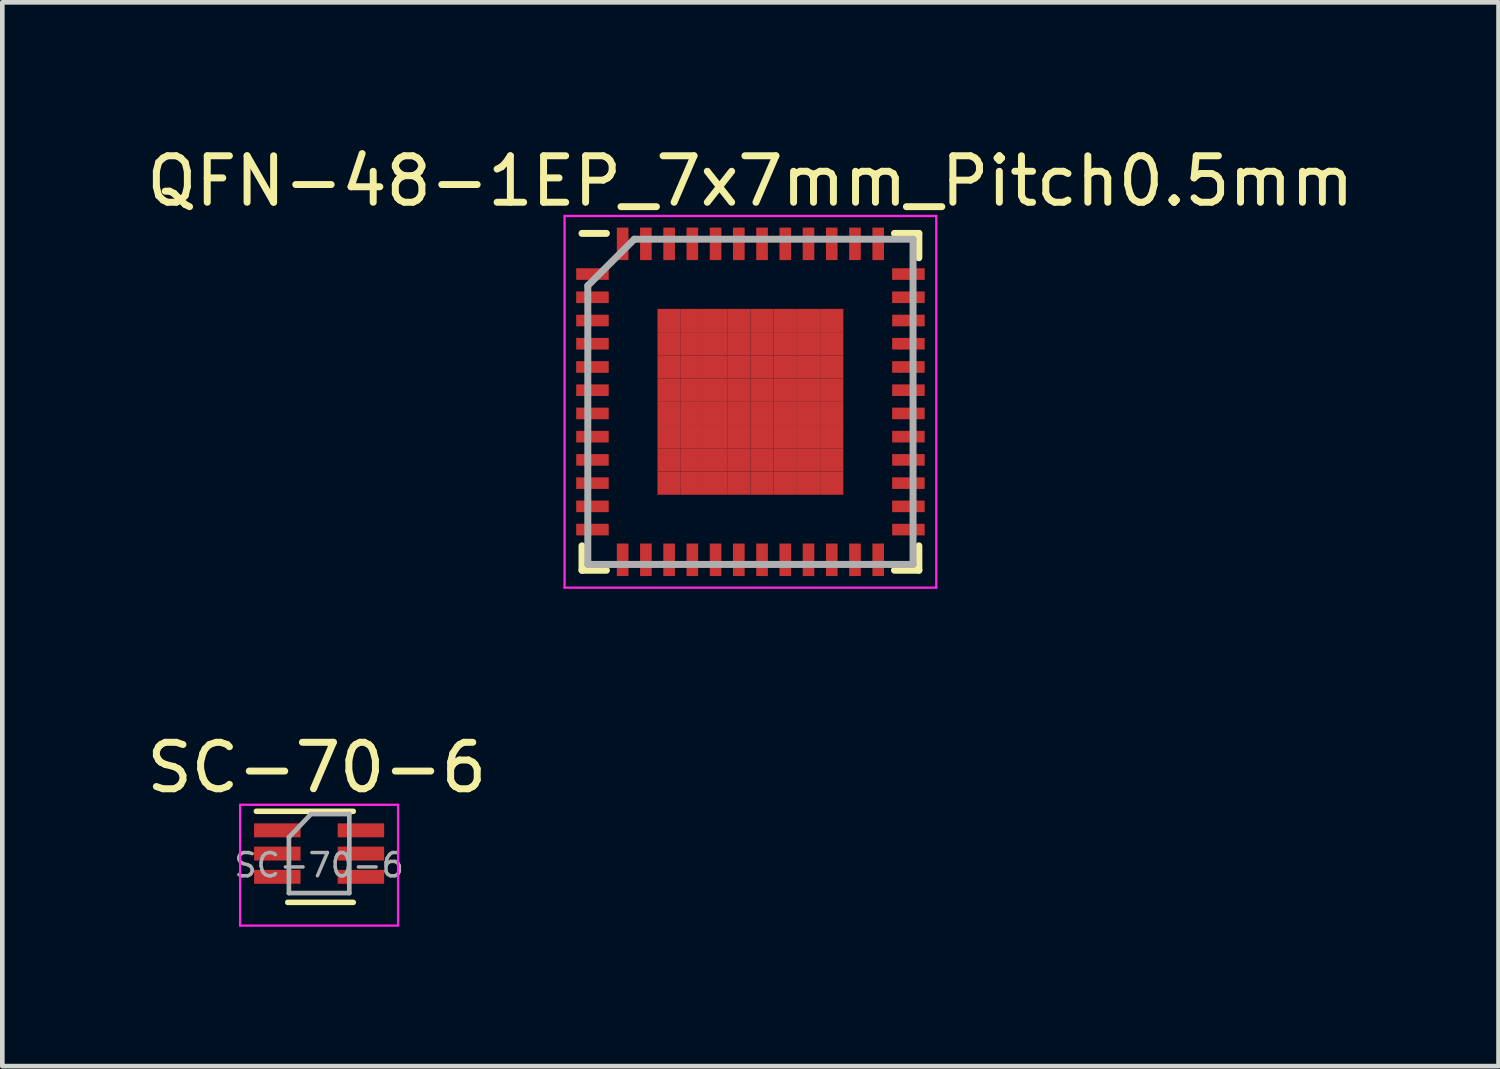
<source format=kicad_pcb>
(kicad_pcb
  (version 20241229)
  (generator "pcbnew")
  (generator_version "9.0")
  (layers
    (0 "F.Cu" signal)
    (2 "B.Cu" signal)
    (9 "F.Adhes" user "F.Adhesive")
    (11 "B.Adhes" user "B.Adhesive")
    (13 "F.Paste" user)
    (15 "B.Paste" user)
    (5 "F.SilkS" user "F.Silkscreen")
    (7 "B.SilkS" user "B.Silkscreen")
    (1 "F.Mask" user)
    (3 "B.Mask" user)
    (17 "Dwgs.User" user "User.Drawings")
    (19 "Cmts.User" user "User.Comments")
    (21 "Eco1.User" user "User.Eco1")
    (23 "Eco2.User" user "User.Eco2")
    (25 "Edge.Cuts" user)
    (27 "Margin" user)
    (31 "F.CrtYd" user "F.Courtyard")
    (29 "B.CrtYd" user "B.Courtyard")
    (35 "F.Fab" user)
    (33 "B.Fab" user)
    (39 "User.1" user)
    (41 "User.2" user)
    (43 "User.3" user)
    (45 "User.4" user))
  (footprint "SC-70-6"
    (layer "F.Cu")
    (at 3.768 15.421)
    (property "Reference" "SC-70-6" (at 0 -1.95 0) (layer "F.SilkS") (effects (font (size 1 1) (thickness 0.15))))
    (attr smd)
    (fp_line (start -0.625 0.95) (end 0.785 0.95) (stroke (width 0.12) (type solid)) (layer "F.SilkS"))
    (fp_line (start 0.785 -1.01) (end -1.3 -1.01) (stroke (width 0.12) (type solid)) (layer "F.SilkS"))
    (fp_line (start -1.65 -1.15) (end 1.75 -1.15) (stroke (width 0.05) (type solid)) (layer "F.CrtYd"))
    (fp_line (start -1.65 1.45) (end -1.65 -1.15) (stroke (width 0.05) (type solid)) (layer "F.CrtYd"))
    (fp_line (start 1.75 -1.15) (end 1.75 1.45) (stroke (width 0.05) (type solid)) (layer "F.CrtYd"))
    (fp_line (start 1.75 1.45) (end -1.65 1.45) (stroke (width 0.05) (type solid)) (layer "F.CrtYd"))
    (fp_line (start -0.6 -0.45) (end -0.6 0.75) (stroke (width 0.1) (type solid)) (layer "F.Fab"))
    (fp_line (start -0.125 -0.95) (end -0.6 -0.45) (stroke (width 0.1) (type solid)) (layer "F.Fab"))
    (fp_line (start 0.7 -0.95) (end -0.125 -0.95) (stroke (width 0.1) (type solid)) (layer "F.Fab"))
    (fp_line (start 0.7 -0.95) (end 0.7 0.75) (stroke (width 0.1) (type solid)) (layer "F.Fab"))
    (fp_line (start 0.7 0.75) (end -0.6 0.75) (stroke (width 0.1) (type solid)) (layer "F.Fab"))
    (fp_text user "${REFERENCE}" (at 0.05 0.15 0) (layer "F.Fab") (effects (font (size 0.5 0.5) (thickness 0.075))))
    (pad "1" smd rect (at -0.85 -0.6 270) (size 0.3 1) (layers "F.Cu" "F.Mask" "F.Paste"))
    (pad "2" smd rect (at -0.85 -0.1 270) (size 0.3 1) (layers "F.Cu" "F.Mask" "F.Paste"))
    (pad "3" smd rect (at -0.85 0.4 270) (size 0.3 1) (layers "F.Cu" "F.Mask" "F.Paste"))
    (pad "4" smd rect (at 0.95 0.4 270) (size 0.3 1) (layers "F.Cu" "F.Mask" "F.Paste"))
    (pad "5" smd rect (at 0.95 -0.1 270) (size 0.3 1) (layers "F.Cu" "F.Mask" "F.Paste"))
    (pad "6" smd rect (at 0.95 -0.6 270) (size 0.3 1) (layers "F.Cu" "F.Mask" "F.Paste")))
  (footprint "QFN-48-1EP_7x7mm_Pitch0.5mm"
    (layer "F.Cu")
    (at 13.101 5.598)
    (property "Reference" "QFN-48-1EP_7x7mm_Pitch0.5mm" (at 0 -4.75 0) (layer "F.SilkS") (effects (font (size 1 1) (thickness 0.15))))
    (attr smd)
    (fp_line (start -3.625 -3.625) (end -3.1 -3.625) (stroke (width 0.15) (type solid)) (layer "F.SilkS"))
    (fp_line (start -3.625 3.625) (end -3.625 3.1) (stroke (width 0.15) (type solid)) (layer "F.SilkS"))
    (fp_line (start -3.625 3.625) (end -3.1 3.625) (stroke (width 0.15) (type solid)) (layer "F.SilkS"))
    (fp_line (start 3.625 -3.625) (end 3.1 -3.625) (stroke (width 0.15) (type solid)) (layer "F.SilkS"))
    (fp_line (start 3.625 -3.625) (end 3.625 -3.1) (stroke (width 0.15) (type solid)) (layer "F.SilkS"))
    (fp_line (start 3.625 3.625) (end 3.1 3.625) (stroke (width 0.15) (type solid)) (layer "F.SilkS"))
    (fp_line (start 3.625 3.625) (end 3.625 3.1) (stroke (width 0.15) (type solid)) (layer "F.SilkS"))
    (fp_line (start -4 -4) (end -4 4) (stroke (width 0.05) (type solid)) (layer "F.CrtYd"))
    (fp_line (start -4 -4) (end 4 -4) (stroke (width 0.05) (type solid)) (layer "F.CrtYd"))
    (fp_line (start -4 4) (end 4 4) (stroke (width 0.05) (type solid)) (layer "F.CrtYd"))
    (fp_line (start 4 -4) (end 4 4) (stroke (width 0.05) (type solid)) (layer "F.CrtYd"))
    (fp_line (start -3.5 -2.5) (end -2.5 -3.5) (stroke (width 0.15) (type solid)) (layer "F.Fab"))
    (fp_line (start -3.5 3.5) (end -3.5 -2.5) (stroke (width 0.15) (type solid)) (layer "F.Fab"))
    (fp_line (start -2.5 -3.5) (end 3.5 -3.5) (stroke (width 0.15) (type solid)) (layer "F.Fab"))
    (fp_line (start 3.5 -3.5) (end 3.5 3.5) (stroke (width 0.15) (type solid)) (layer "F.Fab"))
    (fp_line (start 3.5 3.5) (end -3.5 3.5) (stroke (width 0.15) (type solid)) (layer "F.Fab"))
    (pad "1" smd rect (at -3.4 -2.75) (size 0.7 0.25) (layers "F.Cu" "F.Mask" "F.Paste"))
    (pad "2" smd rect (at -3.4 -2.25) (size 0.7 0.25) (layers "F.Cu" "F.Mask" "F.Paste"))
    (pad "3" smd rect (at -3.4 -1.75) (size 0.7 0.25) (layers "F.Cu" "F.Mask" "F.Paste"))
    (pad "4" smd rect (at -3.4 -1.25) (size 0.7 0.25) (layers "F.Cu" "F.Mask" "F.Paste"))
    (pad "5" smd rect (at -3.4 -0.75) (size 0.7 0.25) (layers "F.Cu" "F.Mask" "F.Paste"))
    (pad "6" smd rect (at -3.4 -0.25) (size 0.7 0.25) (layers "F.Cu" "F.Mask" "F.Paste"))
    (pad "7" smd rect (at -3.4 0.25) (size 0.7 0.25) (layers "F.Cu" "F.Mask" "F.Paste"))
    (pad "8" smd rect (at -3.4 0.75) (size 0.7 0.25) (layers "F.Cu" "F.Mask" "F.Paste"))
    (pad "9" smd rect (at -3.4 1.25) (size 0.7 0.25) (layers "F.Cu" "F.Mask" "F.Paste"))
    (pad "10" smd rect (at -3.4 1.75) (size 0.7 0.25) (layers "F.Cu" "F.Mask" "F.Paste"))
    (pad "11" smd rect (at -3.4 2.25) (size 0.7 0.25) (layers "F.Cu" "F.Mask" "F.Paste"))
    (pad "12" smd rect (at -3.4 2.75) (size 0.7 0.25) (layers "F.Cu" "F.Mask" "F.Paste"))
    (pad "13" smd rect (at -2.75 3.4 90) (size 0.7 0.25) (layers "F.Cu" "F.Mask" "F.Paste"))
    (pad "14" smd rect (at -2.25 3.4 90) (size 0.7 0.25) (layers "F.Cu" "F.Mask" "F.Paste"))
    (pad "15" smd rect (at -1.75 3.4 90) (size 0.7 0.25) (layers "F.Cu" "F.Mask" "F.Paste"))
    (pad "16" smd rect (at -1.25 3.4 90) (size 0.7 0.25) (layers "F.Cu" "F.Mask" "F.Paste"))
    (pad "17" smd rect (at -0.75 3.4 90) (size 0.7 0.25) (layers "F.Cu" "F.Mask" "F.Paste"))
    (pad "18" smd rect (at -0.25 3.4 90) (size 0.7 0.25) (layers "F.Cu" "F.Mask" "F.Paste"))
    (pad "19" smd rect (at 0.25 3.4 90) (size 0.7 0.25) (layers "F.Cu" "F.Mask" "F.Paste"))
    (pad "20" smd rect (at 0.75 3.4 90) (size 0.7 0.25) (layers "F.Cu" "F.Mask" "F.Paste"))
    (pad "21" smd rect (at 1.25 3.4 90) (size 0.7 0.25) (layers "F.Cu" "F.Mask" "F.Paste"))
    (pad "22" smd rect (at 1.75 3.4 90) (size 0.7 0.25) (layers "F.Cu" "F.Mask" "F.Paste"))
    (pad "23" smd rect (at 2.25 3.4 90) (size 0.7 0.25) (layers "F.Cu" "F.Mask" "F.Paste"))
    (pad "24" smd rect (at 2.75 3.4 90) (size 0.7 0.25) (layers "F.Cu" "F.Mask" "F.Paste"))
    (pad "25" smd rect (at 3.4 2.75) (size 0.7 0.25) (layers "F.Cu" "F.Mask" "F.Paste"))
    (pad "26" smd rect (at 3.4 2.25) (size 0.7 0.25) (layers "F.Cu" "F.Mask" "F.Paste"))
    (pad "27" smd rect (at 3.4 1.75) (size 0.7 0.25) (layers "F.Cu" "F.Mask" "F.Paste"))
    (pad "28" smd rect (at 3.4 1.25) (size 0.7 0.25) (layers "F.Cu" "F.Mask" "F.Paste"))
    (pad "29" smd rect (at 3.4 0.75) (size 0.7 0.25) (layers "F.Cu" "F.Mask" "F.Paste"))
    (pad "30" smd rect (at 3.4 0.25) (size 0.7 0.25) (layers "F.Cu" "F.Mask" "F.Paste"))
    (pad "31" smd rect (at 3.4 -0.25) (size 0.7 0.25) (layers "F.Cu" "F.Mask" "F.Paste"))
    (pad "32" smd rect (at 3.4 -0.75) (size 0.7 0.25) (layers "F.Cu" "F.Mask" "F.Paste"))
    (pad "33" smd rect (at 3.4 -1.25) (size 0.7 0.25) (layers "F.Cu" "F.Mask" "F.Paste"))
    (pad "34" smd rect (at 3.4 -1.75) (size 0.7 0.25) (layers "F.Cu" "F.Mask" "F.Paste"))
    (pad "35" smd rect (at 3.4 -2.25) (size 0.7 0.25) (layers "F.Cu" "F.Mask" "F.Paste"))
    (pad "36" smd rect (at 3.4 -2.75) (size 0.7 0.25) (layers "F.Cu" "F.Mask" "F.Paste"))
    (pad "37" smd rect (at 2.75 -3.4 90) (size 0.7 0.25) (layers "F.Cu" "F.Mask" "F.Paste"))
    (pad "38" smd rect (at 2.25 -3.4 90) (size 0.7 0.25) (layers "F.Cu" "F.Mask" "F.Paste"))
    (pad "39" smd rect (at 1.75 -3.4 90) (size 0.7 0.25) (layers "F.Cu" "F.Mask" "F.Paste"))
    (pad "40" smd rect (at 1.25 -3.4 90) (size 0.7 0.25) (layers "F.Cu" "F.Mask" "F.Paste"))
    (pad "41" smd rect (at 0.75 -3.4 90) (size 0.7 0.25) (layers "F.Cu" "F.Mask" "F.Paste"))
    (pad "42" smd rect (at 0.25 -3.4 90) (size 0.7 0.25) (layers "F.Cu" "F.Mask" "F.Paste"))
    (pad "43" smd rect (at -0.25 -3.4 90) (size 0.7 0.25) (layers "F.Cu" "F.Mask" "F.Paste"))
    (pad "44" smd rect (at -0.75 -3.4 90) (size 0.7 0.25) (layers "F.Cu" "F.Mask" "F.Paste"))
    (pad "45" smd rect (at -1.25 -3.4 90) (size 0.7 0.25) (layers "F.Cu" "F.Mask" "F.Paste"))
    (pad "46" smd rect (at -1.75 -3.4 90) (size 0.7 0.25) (layers "F.Cu" "F.Mask" "F.Paste"))
    (pad "47" smd rect (at -2.25 -3.4 90) (size 0.7 0.25) (layers "F.Cu" "F.Mask" "F.Paste"))
    (pad "48" smd rect (at -2.75 -3.4 90) (size 0.7 0.25) (layers "F.Cu" "F.Mask" "F.Paste"))
    (pad "49" smd rect (at -1.75 -1.75) (size 0.5 0.5) (layers "F.Cu" "F.Mask" "F.Paste"))
    (pad "49" smd rect (at -1.75 -1.25) (size 0.5 0.5) (layers "F.Cu" "F.Mask" "F.Paste"))
    (pad "49" smd rect (at -1.75 -0.75) (size 0.5 0.5) (layers "F.Cu" "F.Mask" "F.Paste"))
    (pad "49" smd rect (at -1.75 -0.25) (size 0.5 0.5) (layers "F.Cu" "F.Mask" "F.Paste"))
    (pad "49" smd rect (at -1.75 0.25) (size 0.5 0.5) (layers "F.Cu" "F.Mask" "F.Paste"))
    (pad "49" smd rect (at -1.75 0.75) (size 0.5 0.5) (layers "F.Cu" "F.Mask" "F.Paste"))
    (pad "49" smd rect (at -1.75 1.25) (size 0.5 0.5) (layers "F.Cu" "F.Mask" "F.Paste"))
    (pad "49" smd rect (at -1.75 1.75) (size 0.5 0.5) (layers "F.Cu" "F.Mask" "F.Paste"))
    (pad "49" smd rect (at -1.25 -1.75) (size 0.5 0.5) (layers "F.Cu" "F.Mask" "F.Paste"))
    (pad "49" smd rect (at -1.25 -1.25) (size 0.5 0.5) (layers "F.Cu" "F.Mask" "F.Paste"))
    (pad "49" smd rect (at -1.25 -0.75) (size 0.5 0.5) (layers "F.Cu" "F.Mask" "F.Paste"))
    (pad "49" smd rect (at -1.25 -0.25) (size 0.5 0.5) (layers "F.Cu" "F.Mask" "F.Paste"))
    (pad "49" smd rect (at -1.25 0.25) (size 0.5 0.5) (layers "F.Cu" "F.Mask" "F.Paste"))
    (pad "49" smd rect (at -1.25 0.75) (size 0.5 0.5) (layers "F.Cu" "F.Mask" "F.Paste"))
    (pad "49" smd rect (at -1.25 1.25) (size 0.5 0.5) (layers "F.Cu" "F.Mask" "F.Paste"))
    (pad "49" smd rect (at -1.25 1.75) (size 0.5 0.5) (layers "F.Cu" "F.Mask" "F.Paste"))
    (pad "49" smd rect (at -0.75 -1.75) (size 0.5 0.5) (layers "F.Cu" "F.Mask" "F.Paste"))
    (pad "49" smd rect (at -0.75 -1.25) (size 0.5 0.5) (layers "F.Cu" "F.Mask" "F.Paste"))
    (pad "49" smd rect (at -0.75 -0.75) (size 0.5 0.5) (layers "F.Cu" "F.Mask" "F.Paste"))
    (pad "49" smd rect (at -0.75 -0.25) (size 0.5 0.5) (layers "F.Cu" "F.Mask" "F.Paste"))
    (pad "49" smd rect (at -0.75 0.25) (size 0.5 0.5) (layers "F.Cu" "F.Mask" "F.Paste"))
    (pad "49" smd rect (at -0.75 0.75) (size 0.5 0.5) (layers "F.Cu" "F.Mask" "F.Paste"))
    (pad "49" smd rect (at -0.75 1.25) (size 0.5 0.5) (layers "F.Cu" "F.Mask" "F.Paste"))
    (pad "49" smd rect (at -0.75 1.75) (size 0.5 0.5) (layers "F.Cu" "F.Mask" "F.Paste"))
    (pad "49" smd rect (at -0.25 -1.75) (size 0.5 0.5) (layers "F.Cu" "F.Mask" "F.Paste"))
    (pad "49" smd rect (at -0.25 -1.25) (size 0.5 0.5) (layers "F.Cu" "F.Mask" "F.Paste"))
    (pad "49" smd rect (at -0.25 -0.75) (size 0.5 0.5) (layers "F.Cu" "F.Mask" "F.Paste"))
    (pad "49" smd rect (at -0.25 -0.25) (size 0.5 0.5) (layers "F.Cu" "F.Mask" "F.Paste"))
    (pad "49" smd rect (at -0.25 0.25) (size 0.5 0.5) (layers "F.Cu" "F.Mask" "F.Paste"))
    (pad "49" smd rect (at -0.25 0.75) (size 0.5 0.5) (layers "F.Cu" "F.Mask" "F.Paste"))
    (pad "49" smd rect (at -0.25 1.25) (size 0.5 0.5) (layers "F.Cu" "F.Mask" "F.Paste"))
    (pad "49" smd rect (at -0.25 1.75) (size 0.5 0.5) (layers "F.Cu" "F.Mask" "F.Paste"))
    (pad "49" smd rect (at 0.25 -1.75) (size 0.5 0.5) (layers "F.Cu" "F.Mask" "F.Paste"))
    (pad "49" smd rect (at 0.25 -1.25) (size 0.5 0.5) (layers "F.Cu" "F.Mask" "F.Paste"))
    (pad "49" smd rect (at 0.25 -0.75) (size 0.5 0.5) (layers "F.Cu" "F.Mask" "F.Paste"))
    (pad "49" smd rect (at 0.25 -0.25) (size 0.5 0.5) (layers "F.Cu" "F.Mask" "F.Paste"))
    (pad "49" smd rect (at 0.25 0.25) (size 0.5 0.5) (layers "F.Cu" "F.Mask" "F.Paste"))
    (pad "49" smd rect (at 0.25 0.75) (size 0.5 0.5) (layers "F.Cu" "F.Mask" "F.Paste"))
    (pad "49" smd rect (at 0.25 1.25) (size 0.5 0.5) (layers "F.Cu" "F.Mask" "F.Paste"))
    (pad "49" smd rect (at 0.25 1.75) (size 0.5 0.5) (layers "F.Cu" "F.Mask" "F.Paste"))
    (pad "49" smd rect (at 0.75 -1.75) (size 0.5 0.5) (layers "F.Cu" "F.Mask" "F.Paste"))
    (pad "49" smd rect (at 0.75 -1.25) (size 0.5 0.5) (layers "F.Cu" "F.Mask" "F.Paste"))
    (pad "49" smd rect (at 0.75 -0.75) (size 0.5 0.5) (layers "F.Cu" "F.Mask" "F.Paste"))
    (pad "49" smd rect (at 0.75 -0.25) (size 0.5 0.5) (layers "F.Cu" "F.Mask" "F.Paste"))
    (pad "49" smd rect (at 0.75 0.25) (size 0.5 0.5) (layers "F.Cu" "F.Mask" "F.Paste"))
    (pad "49" smd rect (at 0.75 0.75) (size 0.5 0.5) (layers "F.Cu" "F.Mask" "F.Paste"))
    (pad "49" smd rect (at 0.75 1.25) (size 0.5 0.5) (layers "F.Cu" "F.Mask" "F.Paste"))
    (pad "49" smd rect (at 0.75 1.75) (size 0.5 0.5) (layers "F.Cu" "F.Mask" "F.Paste"))
    (pad "49" smd rect (at 1.25 -1.75) (size 0.5 0.5) (layers "F.Cu" "F.Mask" "F.Paste"))
    (pad "49" smd rect (at 1.25 -1.25) (size 0.5 0.5) (layers "F.Cu" "F.Mask" "F.Paste"))
    (pad "49" smd rect (at 1.25 -0.75) (size 0.5 0.5) (layers "F.Cu" "F.Mask" "F.Paste"))
    (pad "49" smd rect (at 1.25 -0.25) (size 0.5 0.5) (layers "F.Cu" "F.Mask" "F.Paste"))
    (pad "49" smd rect (at 1.25 0.25) (size 0.5 0.5) (layers "F.Cu" "F.Mask" "F.Paste"))
    (pad "49" smd rect (at 1.25 0.75) (size 0.5 0.5) (layers "F.Cu" "F.Mask" "F.Paste"))
    (pad "49" smd rect (at 1.25 1.25) (size 0.5 0.5) (layers "F.Cu" "F.Mask" "F.Paste"))
    (pad "49" smd rect (at 1.25 1.75) (size 0.5 0.5) (layers "F.Cu" "F.Mask" "F.Paste"))
    (pad "49" smd rect (at 1.75 -1.75) (size 0.5 0.5) (layers "F.Cu" "F.Mask" "F.Paste"))
    (pad "49" smd rect (at 1.75 -1.25) (size 0.5 0.5) (layers "F.Cu" "F.Mask" "F.Paste"))
    (pad "49" smd rect (at 1.75 -0.75) (size 0.5 0.5) (layers "F.Cu" "F.Mask" "F.Paste"))
    (pad "49" smd rect (at 1.75 -0.25) (size 0.5 0.5) (layers "F.Cu" "F.Mask" "F.Paste"))
    (pad "49" smd rect (at 1.75 0.25) (size 0.5 0.5) (layers "F.Cu" "F.Mask" "F.Paste"))
    (pad "49" smd rect (at 1.75 0.75) (size 0.5 0.5) (layers "F.Cu" "F.Mask" "F.Paste"))
    (pad "49" smd rect (at 1.75 1.25) (size 0.5 0.5) (layers "F.Cu" "F.Mask" "F.Paste"))
    (pad "49" smd rect (at 1.75 1.75) (size 0.5 0.5) (layers "F.Cu" "F.Mask" "F.Paste")))
  (gr_rect
    (start -3 -3)
    (end 29.202 19.896)
    (stroke (width 0.1) (type default))
    (fill no)
    (layer "Edge.Cuts")))
</source>
